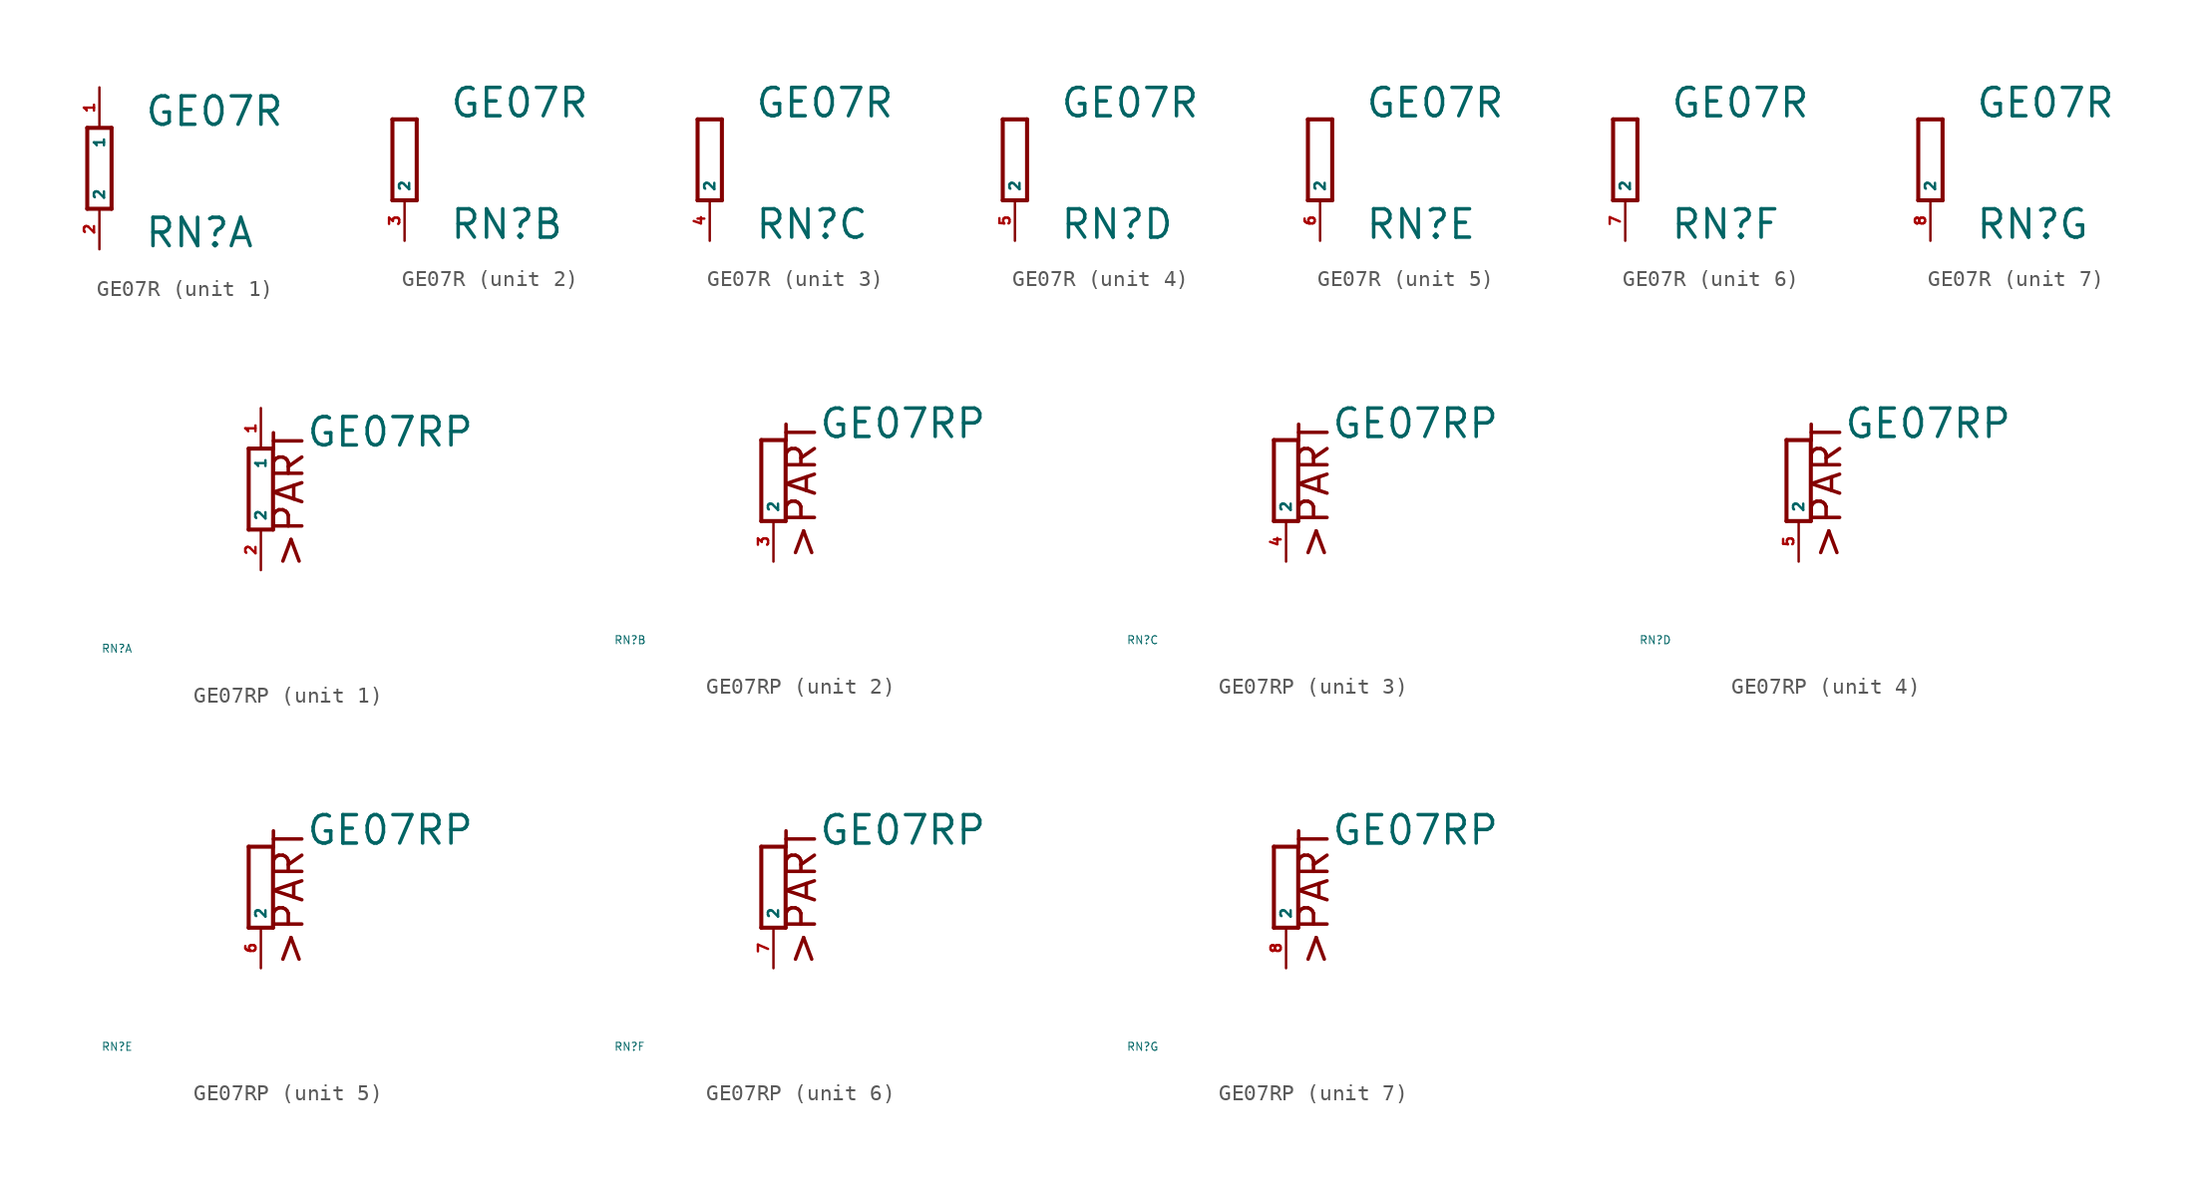
<source format=kicad_sym>
(kicad_symbol_lib
  (version 20220914)
  (generator Eagle2Kicad)
  (symbol "GE07R"
    (property "Reference" "RN"
      (at 2.794 -5.08 0)
      (effects (font (size 1.778 1.778) (thickness 0.22)) (justify left bottom)))
    (property "Value" "GE07R"
      (at 2.794 2.54 0)
      (effects (font (size 1.778 1.778) (thickness 0.22)) (justify left bottom)))
    (symbol "GE07R_1_0"
      (polyline (pts (xy 0.762 -2.54) (xy 0.762 2.54)) (stroke (width 0.254) (type default)) (fill (type none)))
      (polyline (pts (xy -0.762 2.54) (xy -0.762 -2.54)) (stroke (width 0.254) (type default)) (fill (type none)))
      (polyline (pts (xy 0.762 2.54) (xy -0.762 2.54)) (stroke (width 0.254) (type default)) (fill (type none)))
      (polyline (pts (xy -0.762 -2.54) (xy 0.762 -2.54)) (stroke (width 0.254) (type default)) (fill (type none)))
      (pin passive line (at 0 5.08 270) (length 2.54) (name "1" (effects (font (size 0.635 0.635) (thickness 0.08)) (justify left bottom))) (number "1" (effects (font (size 0.635 0.635) (thickness 0.08)) (justify left bottom))))
      (pin passive line (at 0 -5.08 90) (length 2.54) (name "2" (effects (font (size 0.635 0.635) (thickness 0.08)) (justify left bottom))) (number "2" (effects (font (size 0.635 0.635) (thickness 0.08)) (justify left bottom)))))
    (symbol "GE07R_2_0"
      (polyline (pts (xy -0.762 2.54) (xy -0.762 -2.54)) (stroke (width 0.254) (type default)) (fill (type none)))
      (polyline (pts (xy 0.762 -2.54) (xy 0.762 2.54)) (stroke (width 0.254) (type default)) (fill (type none)))
      (polyline (pts (xy -0.762 -2.54) (xy 0.762 -2.54)) (stroke (width 0.254) (type default)) (fill (type none)))
      (polyline (pts (xy 0.762 2.54) (xy -0.762 2.54)) (stroke (width 0.254) (type default)) (fill (type none)))
      (pin passive line (at 0 -5.08 90) (length 2.54) (name "2" (effects (font (size 0.635 0.635) (thickness 0.08)) (justify left bottom))) (number "3" (effects (font (size 0.635 0.635) (thickness 0.08)) (justify left bottom)))))
    (symbol "GE07R_3_0"
      (polyline (pts (xy -0.762 2.54) (xy -0.762 -2.54)) (stroke (width 0.254) (type default)) (fill (type none)))
      (polyline (pts (xy 0.762 -2.54) (xy 0.762 2.54)) (stroke (width 0.254) (type default)) (fill (type none)))
      (polyline (pts (xy -0.762 -2.54) (xy 0.762 -2.54)) (stroke (width 0.254) (type default)) (fill (type none)))
      (polyline (pts (xy 0.762 2.54) (xy -0.762 2.54)) (stroke (width 0.254) (type default)) (fill (type none)))
      (pin passive line (at 0 -5.08 90) (length 2.54) (name "2" (effects (font (size 0.635 0.635) (thickness 0.08)) (justify left bottom))) (number "4" (effects (font (size 0.635 0.635) (thickness 0.08)) (justify left bottom)))))
    (symbol "GE07R_4_0"
      (polyline (pts (xy -0.762 2.54) (xy -0.762 -2.54)) (stroke (width 0.254) (type default)) (fill (type none)))
      (polyline (pts (xy 0.762 -2.54) (xy 0.762 2.54)) (stroke (width 0.254) (type default)) (fill (type none)))
      (polyline (pts (xy -0.762 -2.54) (xy 0.762 -2.54)) (stroke (width 0.254) (type default)) (fill (type none)))
      (polyline (pts (xy 0.762 2.54) (xy -0.762 2.54)) (stroke (width 0.254) (type default)) (fill (type none)))
      (pin passive line (at 0 -5.08 90) (length 2.54) (name "2" (effects (font (size 0.635 0.635) (thickness 0.08)) (justify left bottom))) (number "5" (effects (font (size 0.635 0.635) (thickness 0.08)) (justify left bottom)))))
    (symbol "GE07R_5_0"
      (polyline (pts (xy -0.762 2.54) (xy -0.762 -2.54)) (stroke (width 0.254) (type default)) (fill (type none)))
      (polyline (pts (xy 0.762 -2.54) (xy 0.762 2.54)) (stroke (width 0.254) (type default)) (fill (type none)))
      (polyline (pts (xy -0.762 -2.54) (xy 0.762 -2.54)) (stroke (width 0.254) (type default)) (fill (type none)))
      (polyline (pts (xy 0.762 2.54) (xy -0.762 2.54)) (stroke (width 0.254) (type default)) (fill (type none)))
      (pin passive line (at 0 -5.08 90) (length 2.54) (name "2" (effects (font (size 0.635 0.635) (thickness 0.08)) (justify left bottom))) (number "6" (effects (font (size 0.635 0.635) (thickness 0.08)) (justify left bottom)))))
    (symbol "GE07R_6_0"
      (polyline (pts (xy -0.762 2.54) (xy -0.762 -2.54)) (stroke (width 0.254) (type default)) (fill (type none)))
      (polyline (pts (xy 0.762 -2.54) (xy 0.762 2.54)) (stroke (width 0.254) (type default)) (fill (type none)))
      (polyline (pts (xy -0.762 -2.54) (xy 0.762 -2.54)) (stroke (width 0.254) (type default)) (fill (type none)))
      (polyline (pts (xy 0.762 2.54) (xy -0.762 2.54)) (stroke (width 0.254) (type default)) (fill (type none)))
      (pin passive line (at 0 -5.08 90) (length 2.54) (name "2" (effects (font (size 0.635 0.635) (thickness 0.08)) (justify left bottom))) (number "7" (effects (font (size 0.635 0.635) (thickness 0.08)) (justify left bottom)))))
    (symbol "GE07R_7_0"
      (polyline (pts (xy -0.762 2.54) (xy -0.762 -2.54)) (stroke (width 0.254) (type default)) (fill (type none)))
      (polyline (pts (xy 0.762 -2.54) (xy 0.762 2.54)) (stroke (width 0.254) (type default)) (fill (type none)))
      (polyline (pts (xy -0.762 -2.54) (xy 0.762 -2.54)) (stroke (width 0.254) (type default)) (fill (type none)))
      (polyline (pts (xy 0.762 2.54) (xy -0.762 2.54)) (stroke (width 0.254) (type default)) (fill (type none)))
      (pin passive line (at 0 -5.08 90) (length 2.54) (name "2" (effects (font (size 0.635 0.635) (thickness 0.08)) (justify left bottom))) (number "8" (effects (font (size 0.635 0.635) (thickness 0.08)) (justify left bottom))))))
  (symbol "GE07RP"
    (property "Reference" "RN"
      (at -10 -10 0)
      (effects (font (size 0.5 0.5) (thickness 0.06)) (justify left)))
    (property "Value" "GE07RP"
      (at 2.794 2.54 0)
      (effects (font (size 1.778 1.778) (thickness 0.22)) (justify left bottom)))
    (symbol "GE07RP_1_0"
      (polyline (pts (xy 0.762 -2.54) (xy 0.762 2.54)) (stroke (width 0.254) (type default)) (fill (type none)))
      (polyline (pts (xy -0.762 2.54) (xy -0.762 -2.54)) (stroke (width 0.254) (type default)) (fill (type none)))
      (polyline (pts (xy 0.762 2.54) (xy -0.762 2.54)) (stroke (width 0.254) (type default)) (fill (type none)))
      (polyline (pts (xy -0.762 -2.54) (xy 0.762 -2.54)) (stroke (width 0.254) (type default)) (fill (type none)))
      (text ">PART" (at 2.794 -5.08 900) (effects (font (size 1.778 1.778) (thickness 0.22)) (justify left bottom)))
      (pin passive line (at 0 5.08 270) (length 2.54) (name "1" (effects (font (size 0.635 0.635) (thickness 0.08)) (justify left bottom))) (number "1" (effects (font (size 0.635 0.635) (thickness 0.08)) (justify left bottom))))
      (pin passive line (at 0 -5.08 90) (length 2.54) (name "2" (effects (font (size 0.635 0.635) (thickness 0.08)) (justify left bottom))) (number "2" (effects (font (size 0.635 0.635) (thickness 0.08)) (justify left bottom)))))
    (symbol "GE07RP_2_0"
      (polyline (pts (xy -0.762 2.54) (xy -0.762 -2.54)) (stroke (width 0.254) (type default)) (fill (type none)))
      (polyline (pts (xy 0.762 -2.54) (xy 0.762 2.54)) (stroke (width 0.254) (type default)) (fill (type none)))
      (polyline (pts (xy -0.762 -2.54) (xy 0.762 -2.54)) (stroke (width 0.254) (type default)) (fill (type none)))
      (polyline (pts (xy 0.762 2.54) (xy -0.762 2.54)) (stroke (width 0.254) (type default)) (fill (type none)))
      (text ">PART" (at 2.794 -5.08 900) (effects (font (size 1.778 1.778) (thickness 0.22)) (justify left bottom)))
      (pin passive line (at 0 -5.08 90) (length 2.54) (name "2" (effects (font (size 0.635 0.635) (thickness 0.08)) (justify left bottom))) (number "3" (effects (font (size 0.635 0.635) (thickness 0.08)) (justify left bottom)))))
    (symbol "GE07RP_3_0"
      (polyline (pts (xy -0.762 2.54) (xy -0.762 -2.54)) (stroke (width 0.254) (type default)) (fill (type none)))
      (polyline (pts (xy 0.762 -2.54) (xy 0.762 2.54)) (stroke (width 0.254) (type default)) (fill (type none)))
      (polyline (pts (xy -0.762 -2.54) (xy 0.762 -2.54)) (stroke (width 0.254) (type default)) (fill (type none)))
      (polyline (pts (xy 0.762 2.54) (xy -0.762 2.54)) (stroke (width 0.254) (type default)) (fill (type none)))
      (text ">PART" (at 2.794 -5.08 900) (effects (font (size 1.778 1.778) (thickness 0.22)) (justify left bottom)))
      (pin passive line (at 0 -5.08 90) (length 2.54) (name "2" (effects (font (size 0.635 0.635) (thickness 0.08)) (justify left bottom))) (number "4" (effects (font (size 0.635 0.635) (thickness 0.08)) (justify left bottom)))))
    (symbol "GE07RP_4_0"
      (polyline (pts (xy -0.762 2.54) (xy -0.762 -2.54)) (stroke (width 0.254) (type default)) (fill (type none)))
      (polyline (pts (xy 0.762 -2.54) (xy 0.762 2.54)) (stroke (width 0.254) (type default)) (fill (type none)))
      (polyline (pts (xy -0.762 -2.54) (xy 0.762 -2.54)) (stroke (width 0.254) (type default)) (fill (type none)))
      (polyline (pts (xy 0.762 2.54) (xy -0.762 2.54)) (stroke (width 0.254) (type default)) (fill (type none)))
      (text ">PART" (at 2.794 -5.08 900) (effects (font (size 1.778 1.778) (thickness 0.22)) (justify left bottom)))
      (pin passive line (at 0 -5.08 90) (length 2.54) (name "2" (effects (font (size 0.635 0.635) (thickness 0.08)) (justify left bottom))) (number "5" (effects (font (size 0.635 0.635) (thickness 0.08)) (justify left bottom)))))
    (symbol "GE07RP_5_0"
      (polyline (pts (xy -0.762 2.54) (xy -0.762 -2.54)) (stroke (width 0.254) (type default)) (fill (type none)))
      (polyline (pts (xy 0.762 -2.54) (xy 0.762 2.54)) (stroke (width 0.254) (type default)) (fill (type none)))
      (polyline (pts (xy -0.762 -2.54) (xy 0.762 -2.54)) (stroke (width 0.254) (type default)) (fill (type none)))
      (polyline (pts (xy 0.762 2.54) (xy -0.762 2.54)) (stroke (width 0.254) (type default)) (fill (type none)))
      (text ">PART" (at 2.794 -5.08 900) (effects (font (size 1.778 1.778) (thickness 0.22)) (justify left bottom)))
      (pin passive line (at 0 -5.08 90) (length 2.54) (name "2" (effects (font (size 0.635 0.635) (thickness 0.08)) (justify left bottom))) (number "6" (effects (font (size 0.635 0.635) (thickness 0.08)) (justify left bottom)))))
    (symbol "GE07RP_6_0"
      (polyline (pts (xy -0.762 2.54) (xy -0.762 -2.54)) (stroke (width 0.254) (type default)) (fill (type none)))
      (polyline (pts (xy 0.762 -2.54) (xy 0.762 2.54)) (stroke (width 0.254) (type default)) (fill (type none)))
      (polyline (pts (xy -0.762 -2.54) (xy 0.762 -2.54)) (stroke (width 0.254) (type default)) (fill (type none)))
      (polyline (pts (xy 0.762 2.54) (xy -0.762 2.54)) (stroke (width 0.254) (type default)) (fill (type none)))
      (text ">PART" (at 2.794 -5.08 900) (effects (font (size 1.778 1.778) (thickness 0.22)) (justify left bottom)))
      (pin passive line (at 0 -5.08 90) (length 2.54) (name "2" (effects (font (size 0.635 0.635) (thickness 0.08)) (justify left bottom))) (number "7" (effects (font (size 0.635 0.635) (thickness 0.08)) (justify left bottom)))))
    (symbol "GE07RP_7_0"
      (polyline (pts (xy -0.762 2.54) (xy -0.762 -2.54)) (stroke (width 0.254) (type default)) (fill (type none)))
      (polyline (pts (xy 0.762 -2.54) (xy 0.762 2.54)) (stroke (width 0.254) (type default)) (fill (type none)))
      (polyline (pts (xy -0.762 -2.54) (xy 0.762 -2.54)) (stroke (width 0.254) (type default)) (fill (type none)))
      (polyline (pts (xy 0.762 2.54) (xy -0.762 2.54)) (stroke (width 0.254) (type default)) (fill (type none)))
      (text ">PART" (at 2.794 -5.08 900) (effects (font (size 1.778 1.778) (thickness 0.22)) (justify left bottom)))
      (pin passive line (at 0 -5.08 90) (length 2.54) (name "2" (effects (font (size 0.635 0.635) (thickness 0.08)) (justify left bottom))) (number "8" (effects (font (size 0.635 0.635) (thickness 0.08)) (justify left bottom)))))))
</source>
